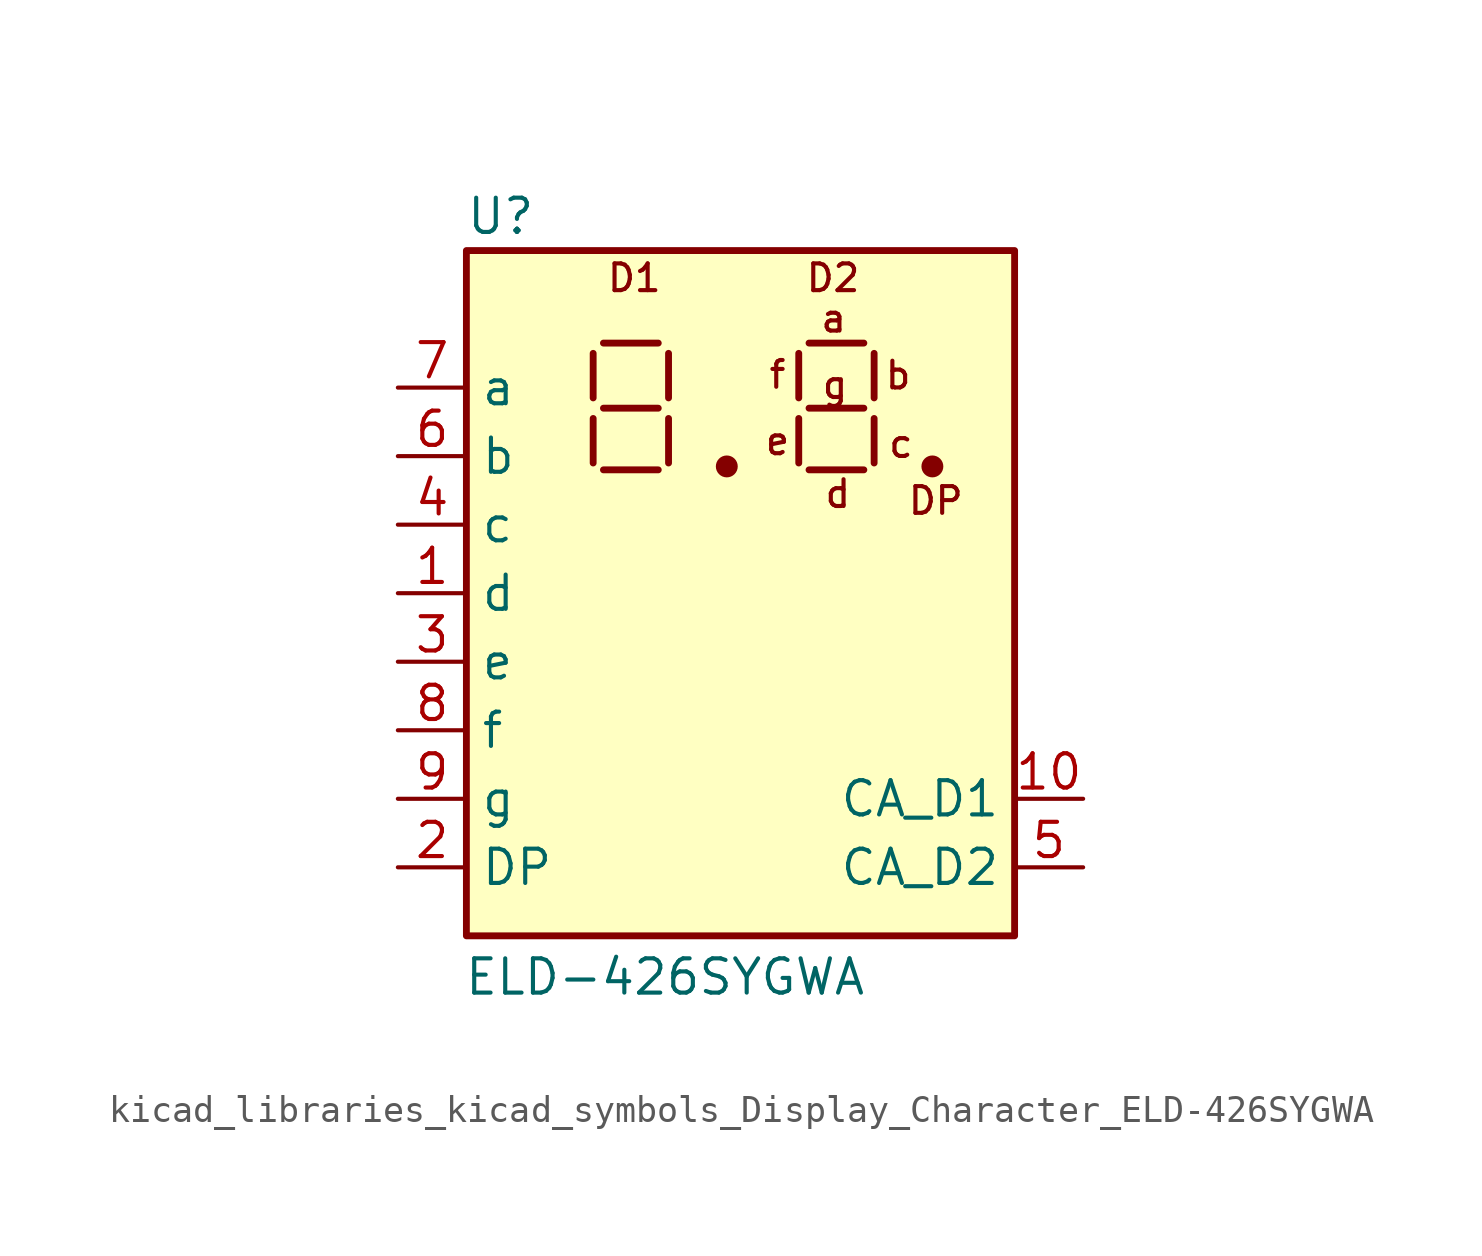
<source format=kicad_sym>
(kicad_symbol_lib
  (version 20220914)
  (generator kicad_symbol_editor)
  (symbol "kicad_libraries_kicad_symbols_Display_Character_ELD-426SYGWA"
    (property "Reference" "U"
      (at -8.89 13.97 0)
      (effects (font (size 1.27 1.27))))
    (property "Value" "ELD-426SYGWA"
      (at -2.794 -14.224 0)
      (effects (font (size 1.27 1.27))))
    (symbol "kicad_libraries_kicad_symbols_Display_Character_ELD-426SYGWA_0_0"
      (text "a" (at 3.454 10.185 0) (effects (font (size 0.991 0.991))))
      (text "b" (at 5.842 8.077 0) (effects (font (size 0.991 0.991))))
      (text "c" (at 5.944 5.537 0) (effects (font (size 0.991 0.991))))
      (text "d" (at 3.607 3.683 0) (effects (font (size 0.991 0.991))))
      (text "D1" (at -3.937 11.684 0) (effects (font (size 0.991 0.991))))
      (text "D2" (at 3.429 11.684 0) (effects (font (size 0.991 0.991))))
      (text "DP" (at 7.239 3.429 0) (effects (font (size 0.991 0.991))))
      (text "e" (at 1.372 5.639 0) (effects (font (size 0.991 0.991))))
      (text "f" (at 1.372 8.103 0) (effects (font (size 0.991 0.991))))
      (text "g" (at 3.505 7.722 0) (effects (font (size 0.991 0.991)))))
    (symbol "kicad_libraries_kicad_symbols_Display_Character_ELD-426SYGWA_0_1"
      (rectangle (start -10.16 12.7) (end 10.16 -12.7) (stroke (width 0.254) (type default)) (fill (type background)))
      (circle (center -0.508 4.699) (radius 0.279) (stroke (width 0.254) (type default)) (fill (type outline)))
      (polyline (pts (xy -5.461 4.826) (xy -5.461 6.477)) (stroke (width 0.254) (type default)) (fill (type none)))
      (polyline (pts (xy -5.461 7.239) (xy -5.461 8.89)) (stroke (width 0.254) (type default)) (fill (type none)))
      (polyline (pts (xy -5.08 4.572) (xy -3.048 4.572)) (stroke (width 0.254) (type default)) (fill (type none)))
      (polyline (pts (xy -5.08 6.858) (xy -3.048 6.858)) (stroke (width 0.254) (type default)) (fill (type none)))
      (polyline (pts (xy -5.08 9.271) (xy -3.048 9.271)) (stroke (width 0.254) (type default)) (fill (type none)))
      (polyline (pts (xy -2.667 4.826) (xy -2.667 6.477)) (stroke (width 0.254) (type default)) (fill (type none)))
      (polyline (pts (xy -2.667 7.239) (xy -2.667 8.89)) (stroke (width 0.254) (type default)) (fill (type none)))
      (polyline (pts (xy 2.159 4.826) (xy 2.159 6.477)) (stroke (width 0.254) (type default)) (fill (type none)))
      (polyline (pts (xy 2.159 7.239) (xy 2.159 8.89)) (stroke (width 0.254) (type default)) (fill (type none)))
      (polyline (pts (xy 2.54 4.572) (xy 4.572 4.572)) (stroke (width 0.254) (type default)) (fill (type none)))
      (polyline (pts (xy 2.54 6.858) (xy 4.572 6.858)) (stroke (width 0.254) (type default)) (fill (type none)))
      (polyline (pts (xy 2.54 9.271) (xy 4.572 9.271)) (stroke (width 0.254) (type default)) (fill (type none)))
      (polyline (pts (xy 4.953 4.826) (xy 4.953 6.477)) (stroke (width 0.254) (type default)) (fill (type none)))
      (polyline (pts (xy 4.953 7.239) (xy 4.953 8.89)) (stroke (width 0.254) (type default)) (fill (type none)))
      (circle (center 7.112 4.699) (radius 0.279) (stroke (width 0.254) (type default)) (fill (type outline))))
    (symbol "kicad_libraries_kicad_symbols_Display_Character_ELD-426SYGWA_1_1"
      (pin input line (at -12.7 0 0) (length 2.54) (name "d" (effects (font (size 1.27 1.27)))) (number "1" (effects (font (size 1.27 1.27)))))
      (pin input line (at 12.7 -7.62 180) (length 2.54) (name "CA_D1" (effects (font (size 1.27 1.27)))) (number "10" (effects (font (size 1.27 1.27)))))
      (pin input line (at -12.7 -10.16 0) (length 2.54) (name "DP" (effects (font (size 1.27 1.27)))) (number "2" (effects (font (size 1.27 1.27)))))
      (pin input line (at -12.7 -2.54 0) (length 2.54) (name "e" (effects (font (size 1.27 1.27)))) (number "3" (effects (font (size 1.27 1.27)))))
      (pin input line (at -12.7 2.54 0) (length 2.54) (name "c" (effects (font (size 1.27 1.27)))) (number "4" (effects (font (size 1.27 1.27)))))
      (pin input line (at 12.7 -10.16 180) (length 2.54) (name "CA_D2" (effects (font (size 1.27 1.27)))) (number "5" (effects (font (size 1.27 1.27)))))
      (pin input line (at -12.7 5.08 0) (length 2.54) (name "b" (effects (font (size 1.27 1.27)))) (number "6" (effects (font (size 1.27 1.27)))))
      (pin input line (at -12.7 7.62 0) (length 2.54) (name "a" (effects (font (size 1.27 1.27)))) (number "7" (effects (font (size 1.27 1.27)))))
      (pin input line (at -12.7 -5.08 0) (length 2.54) (name "f" (effects (font (size 1.27 1.27)))) (number "8" (effects (font (size 1.27 1.27)))))
      (pin input line (at -12.7 -7.62 0) (length 2.54) (name "g" (effects (font (size 1.27 1.27)))) (number "9" (effects (font (size 1.27 1.27))))))))
</source>
